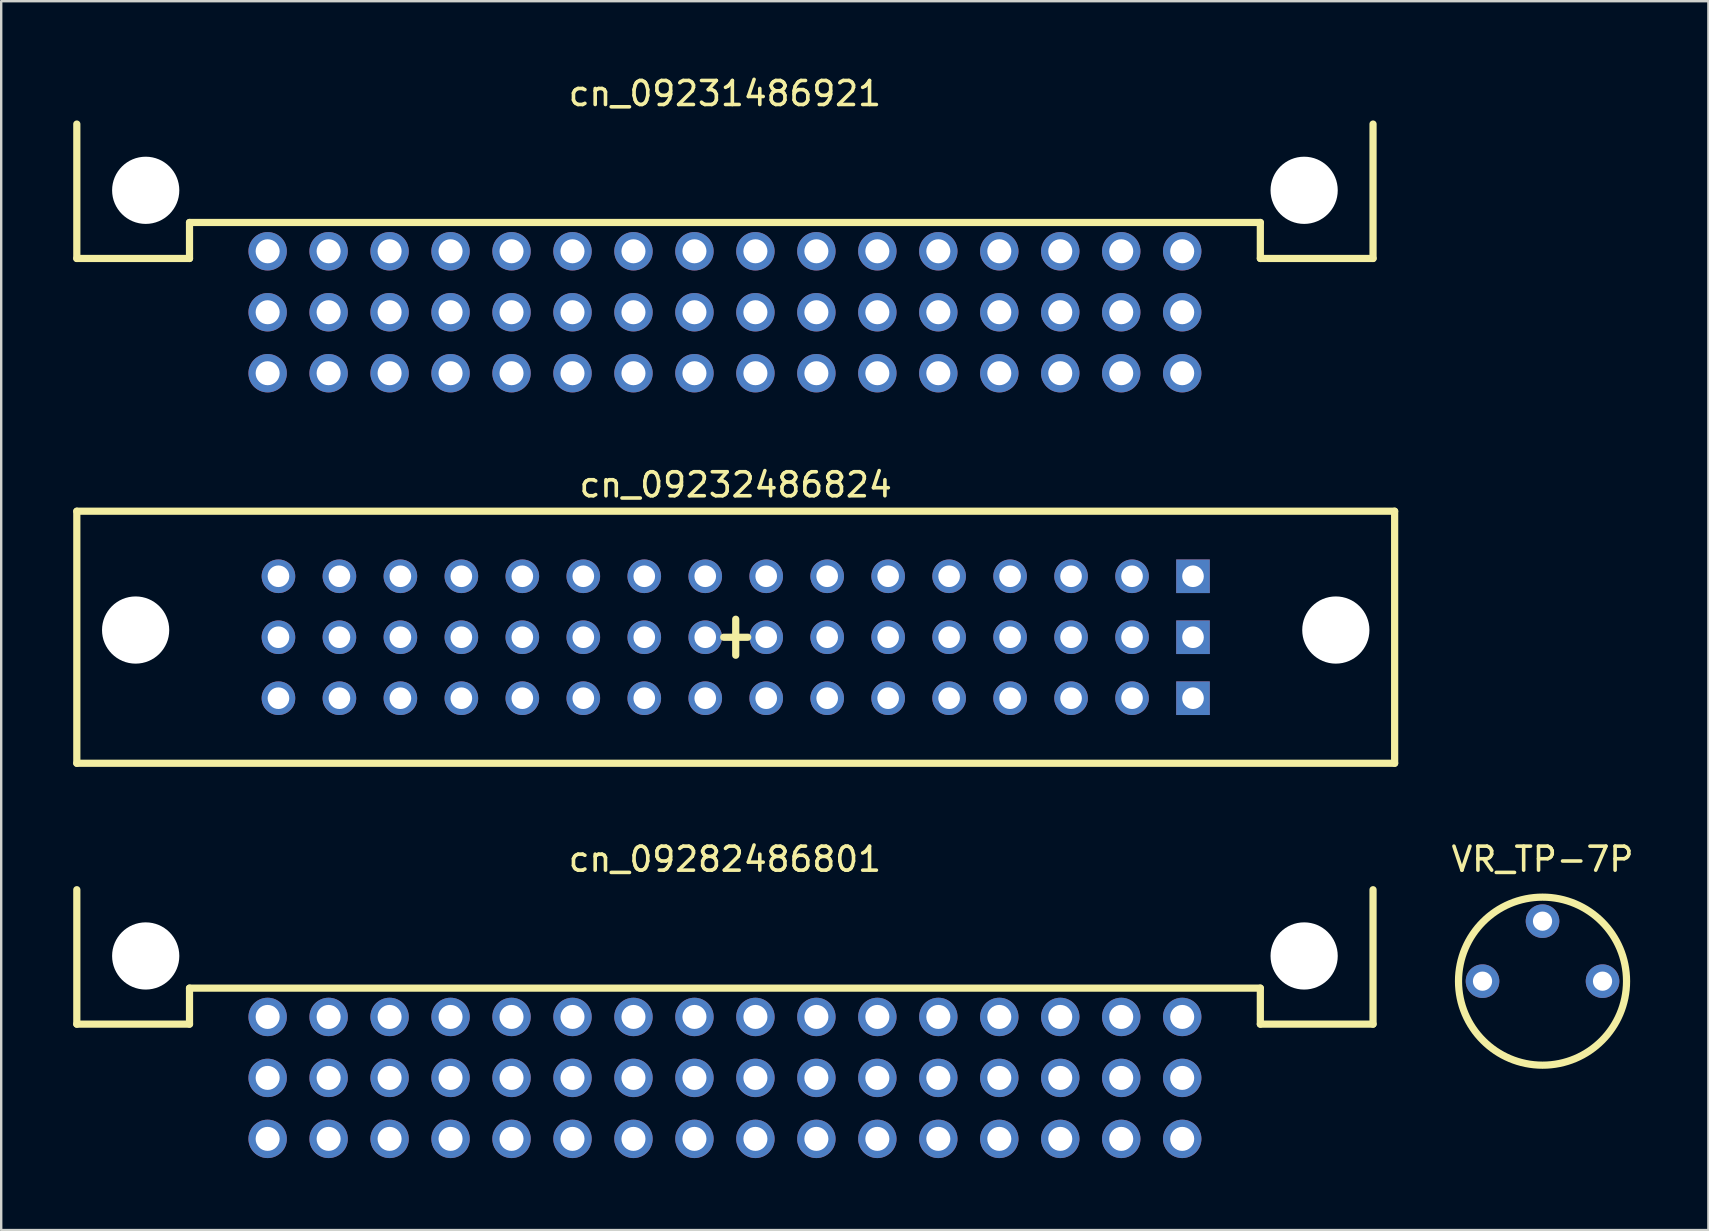
<source format=kicad_pcb>
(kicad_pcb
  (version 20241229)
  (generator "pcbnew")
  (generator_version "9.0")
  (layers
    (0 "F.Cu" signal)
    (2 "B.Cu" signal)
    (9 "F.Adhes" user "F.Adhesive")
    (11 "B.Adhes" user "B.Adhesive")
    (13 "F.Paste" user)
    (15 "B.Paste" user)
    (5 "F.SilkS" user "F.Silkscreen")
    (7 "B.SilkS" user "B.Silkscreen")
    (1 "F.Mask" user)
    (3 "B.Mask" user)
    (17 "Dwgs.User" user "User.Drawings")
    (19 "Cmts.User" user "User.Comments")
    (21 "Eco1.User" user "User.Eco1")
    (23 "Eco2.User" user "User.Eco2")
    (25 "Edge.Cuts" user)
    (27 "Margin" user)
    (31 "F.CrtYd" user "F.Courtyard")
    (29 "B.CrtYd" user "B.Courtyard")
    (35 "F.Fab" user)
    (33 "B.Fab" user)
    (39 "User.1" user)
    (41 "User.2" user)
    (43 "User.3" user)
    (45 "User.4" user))
  (footprint "cn_09282486801"
    (layer "F.Cu")
    (at 27.15 34.015)
    (property "Reference" "cn_09282486801" (at 0 -1.27 0) (layer "F.SilkS") (effects (font (size 1 1) (thickness 0.15))))
    (attr through_hole)
    (fp_line (start -27 5.6) (end -27 0) (stroke (width 0.3) (type solid)) (layer "F.SilkS"))
    (fp_line (start -22.305 4.1) (end -22.305 5.6) (stroke (width 0.3) (type solid)) (layer "F.SilkS"))
    (fp_line (start -22.305 4.1) (end 22.305 4.1) (stroke (width 0.3) (type solid)) (layer "F.SilkS"))
    (fp_line (start -22.305 5.6) (end -27 5.6) (stroke (width 0.3) (type solid)) (layer "F.SilkS"))
    (fp_line (start 22.305 4.1) (end 22.305 5.6) (stroke (width 0.3) (type solid)) (layer "F.SilkS"))
    (fp_line (start 22.305 5.6) (end 27 5.6) (stroke (width 0.3) (type solid)) (layer "F.SilkS"))
    (fp_line (start 27 5.6) (end 27 0) (stroke (width 0.3) (type solid)) (layer "F.SilkS"))
    (pad "" np_thru_hole circle (at -24.13 2.76) (size 2.8 2.8) (drill 2.8) (layers "*.Cu" "*.Mask"))
    (pad "" np_thru_hole circle (at 24.13 2.76) (size 2.8 2.8) (drill 2.8) (layers "*.Cu" "*.Mask"))
    (pad "1A" thru_hole circle (at -19.05 5.3) (size 1.6 1.6) (drill 1) (layers "*.Cu" "*.Mask"))
    (pad "1B" thru_hole circle (at -19.05 7.84) (size 1.6 1.6) (drill 1) (layers "*.Cu" "*.Mask"))
    (pad "1C" thru_hole circle (at -19.05 10.38) (size 1.6 1.6) (drill 1) (layers "*.Cu" "*.Mask"))
    (pad "2A" thru_hole circle (at -16.51 5.3) (size 1.6 1.6) (drill 1) (layers "*.Cu" "*.Mask"))
    (pad "2B" thru_hole circle (at -16.51 7.84) (size 1.6 1.6) (drill 1) (layers "*.Cu" "*.Mask"))
    (pad "2C" thru_hole circle (at -16.51 10.38) (size 1.6 1.6) (drill 1) (layers "*.Cu" "*.Mask"))
    (pad "3A" thru_hole circle (at -13.97 5.3) (size 1.6 1.6) (drill 1) (layers "*.Cu" "*.Mask"))
    (pad "3B" thru_hole circle (at -13.97 7.84) (size 1.6 1.6) (drill 1) (layers "*.Cu" "*.Mask"))
    (pad "3C" thru_hole circle (at -13.97 10.38) (size 1.6 1.6) (drill 1) (layers "*.Cu" "*.Mask"))
    (pad "4A" thru_hole circle (at -11.43 5.3) (size 1.6 1.6) (drill 1) (layers "*.Cu" "*.Mask"))
    (pad "4B" thru_hole circle (at -11.43 7.84) (size 1.6 1.6) (drill 1) (layers "*.Cu" "*.Mask"))
    (pad "4C" thru_hole circle (at -11.43 10.38) (size 1.6 1.6) (drill 1) (layers "*.Cu" "*.Mask"))
    (pad "5A" thru_hole circle (at -8.89 5.3) (size 1.6 1.6) (drill 1) (layers "*.Cu" "*.Mask"))
    (pad "5B" thru_hole circle (at -8.89 7.84) (size 1.6 1.6) (drill 1) (layers "*.Cu" "*.Mask"))
    (pad "5C" thru_hole circle (at -8.89 10.38) (size 1.6 1.6) (drill 1) (layers "*.Cu" "*.Mask"))
    (pad "6A" thru_hole circle (at -6.35 5.3) (size 1.6 1.6) (drill 1) (layers "*.Cu" "*.Mask"))
    (pad "6B" thru_hole circle (at -6.35 7.84) (size 1.6 1.6) (drill 1) (layers "*.Cu" "*.Mask"))
    (pad "6C" thru_hole circle (at -6.35 10.38) (size 1.6 1.6) (drill 1) (layers "*.Cu" "*.Mask"))
    (pad "7A" thru_hole circle (at -3.81 5.3) (size 1.6 1.6) (drill 1) (layers "*.Cu" "*.Mask"))
    (pad "7B" thru_hole circle (at -3.81 7.84) (size 1.6 1.6) (drill 1) (layers "*.Cu" "*.Mask"))
    (pad "7C" thru_hole circle (at -3.81 10.38) (size 1.6 1.6) (drill 1) (layers "*.Cu" "*.Mask"))
    (pad "8A" thru_hole circle (at -1.27 5.3) (size 1.6 1.6) (drill 1) (layers "*.Cu" "*.Mask"))
    (pad "8B" thru_hole circle (at -1.27 7.84) (size 1.6 1.6) (drill 1) (layers "*.Cu" "*.Mask"))
    (pad "8C" thru_hole circle (at -1.27 10.38) (size 1.6 1.6) (drill 1) (layers "*.Cu" "*.Mask"))
    (pad "9A" thru_hole circle (at 1.27 5.3) (size 1.6 1.6) (drill 1) (layers "*.Cu" "*.Mask"))
    (pad "9B" thru_hole circle (at 1.27 7.84) (size 1.6 1.6) (drill 1) (layers "*.Cu" "*.Mask"))
    (pad "9C" thru_hole circle (at 1.27 10.38) (size 1.6 1.6) (drill 1) (layers "*.Cu" "*.Mask"))
    (pad "10A" thru_hole circle (at 3.81 5.3) (size 1.6 1.6) (drill 1) (layers "*.Cu" "*.Mask"))
    (pad "10B" thru_hole circle (at 3.81 7.84) (size 1.6 1.6) (drill 1) (layers "*.Cu" "*.Mask"))
    (pad "10C" thru_hole circle (at 3.81 10.38) (size 1.6 1.6) (drill 1) (layers "*.Cu" "*.Mask"))
    (pad "11A" thru_hole circle (at 6.35 5.3) (size 1.6 1.6) (drill 1) (layers "*.Cu" "*.Mask"))
    (pad "11B" thru_hole circle (at 6.35 7.84) (size 1.6 1.6) (drill 1) (layers "*.Cu" "*.Mask"))
    (pad "11C" thru_hole circle (at 6.35 10.38) (size 1.6 1.6) (drill 1) (layers "*.Cu" "*.Mask"))
    (pad "12A" thru_hole circle (at 8.89 5.3) (size 1.6 1.6) (drill 1) (layers "*.Cu" "*.Mask"))
    (pad "12B" thru_hole circle (at 8.89 7.84) (size 1.6 1.6) (drill 1) (layers "*.Cu" "*.Mask"))
    (pad "12C" thru_hole circle (at 8.89 10.38) (size 1.6 1.6) (drill 1) (layers "*.Cu" "*.Mask"))
    (pad "13A" thru_hole circle (at 11.43 5.3) (size 1.6 1.6) (drill 1) (layers "*.Cu" "*.Mask"))
    (pad "13B" thru_hole circle (at 11.43 7.84) (size 1.6 1.6) (drill 1) (layers "*.Cu" "*.Mask"))
    (pad "13C" thru_hole circle (at 11.43 10.38) (size 1.6 1.6) (drill 1) (layers "*.Cu" "*.Mask"))
    (pad "14A" thru_hole circle (at 13.97 5.3) (size 1.6 1.6) (drill 1) (layers "*.Cu" "*.Mask"))
    (pad "14B" thru_hole circle (at 13.97 7.84) (size 1.6 1.6) (drill 1) (layers "*.Cu" "*.Mask"))
    (pad "14C" thru_hole circle (at 13.97 10.38) (size 1.6 1.6) (drill 1) (layers "*.Cu" "*.Mask"))
    (pad "15A" thru_hole circle (at 16.51 5.3) (size 1.6 1.6) (drill 1) (layers "*.Cu" "*.Mask"))
    (pad "15B" thru_hole circle (at 16.51 7.84) (size 1.6 1.6) (drill 1) (layers "*.Cu" "*.Mask"))
    (pad "15C" thru_hole circle (at 16.51 10.38) (size 1.6 1.6) (drill 1) (layers "*.Cu" "*.Mask"))
    (pad "16A" thru_hole circle (at 19.05 5.3) (size 1.6 1.6) (drill 1) (layers "*.Cu" "*.Mask"))
    (pad "16B" thru_hole circle (at 19.05 7.84) (size 1.6 1.6) (drill 1) (layers "*.Cu" "*.Mask"))
    (pad "16C" thru_hole circle (at 19.05 10.38) (size 1.6 1.6) (drill 1) (layers "*.Cu" "*.Mask")))
  (footprint "cn_09232486824"
    (layer "F.Cu")
    (at 27.6 23.497)
    (property "Reference" "cn_09232486824" (at 0 -6.35 0) (layer "F.SilkS") (effects (font (size 1 1) (thickness 0.15))))
    (attr through_hole)
    (fp_line (start -27.45 -5.25) (end -27.45 5.25) (stroke (width 0.3) (type solid)) (layer "F.SilkS"))
    (fp_line (start -27.45 5.25) (end 27.45 5.25) (stroke (width 0.3) (type solid)) (layer "F.SilkS"))
    (fp_line (start -0.5 0) (end 0.5 0) (stroke (width 0.3) (type solid)) (layer "F.SilkS"))
    (fp_line (start 0 0.75) (end 0 -0.75) (stroke (width 0.3) (type solid)) (layer "F.SilkS"))
    (fp_line (start 27.45 -5.25) (end -27.45 -5.25) (stroke (width 0.3) (type solid)) (layer "F.SilkS"))
    (fp_line (start 27.45 5.25) (end 27.45 -5.25) (stroke (width 0.3) (type solid)) (layer "F.SilkS"))
    (pad "" np_thru_hole circle (at -25 -0.3) (size 2.8 2.8) (drill 2.8) (layers "*.Cu" "*.Mask"))
    (pad "" np_thru_hole circle (at 25 -0.3) (size 2.8 2.8) (drill 2.8) (layers "*.Cu" "*.Mask"))
    (pad "1A" thru_hole rect (at 19.05 -2.54) (size 1.4 1.4) (drill 0.9) (layers "*.Cu" "*.Mask"))
    (pad "1B" thru_hole rect (at 19.05 0) (size 1.4 1.4) (drill 0.9) (layers "*.Cu" "*.Mask"))
    (pad "1C" thru_hole rect (at 19.05 2.54) (size 1.4 1.4) (drill 0.9) (layers "*.Cu" "*.Mask"))
    (pad "2A" thru_hole circle (at 16.51 -2.54) (size 1.4 1.4) (drill 0.9) (layers "*.Cu" "*.Mask"))
    (pad "2B" thru_hole circle (at 16.51 0) (size 1.4 1.4) (drill 0.9) (layers "*.Cu" "*.Mask"))
    (pad "2C" thru_hole circle (at 16.51 2.54) (size 1.4 1.4) (drill 0.9) (layers "*.Cu" "*.Mask"))
    (pad "3A" thru_hole circle (at 13.97 -2.54) (size 1.4 1.4) (drill 0.9) (layers "*.Cu" "*.Mask"))
    (pad "3B" thru_hole circle (at 13.97 0) (size 1.4 1.4) (drill 0.9) (layers "*.Cu" "*.Mask"))
    (pad "3C" thru_hole circle (at 13.97 2.54) (size 1.4 1.4) (drill 0.9) (layers "*.Cu" "*.Mask"))
    (pad "4A" thru_hole circle (at 11.43 -2.54) (size 1.4 1.4) (drill 0.9) (layers "*.Cu" "*.Mask"))
    (pad "4B" thru_hole circle (at 11.43 0) (size 1.4 1.4) (drill 0.9) (layers "*.Cu" "*.Mask"))
    (pad "4C" thru_hole circle (at 11.43 2.54) (size 1.4 1.4) (drill 0.9) (layers "*.Cu" "*.Mask"))
    (pad "5A" thru_hole circle (at 8.89 -2.54) (size 1.4 1.4) (drill 0.9) (layers "*.Cu" "*.Mask"))
    (pad "5B" thru_hole circle (at 8.89 0) (size 1.4 1.4) (drill 0.9) (layers "*.Cu" "*.Mask"))
    (pad "5C" thru_hole circle (at 8.89 2.54) (size 1.4 1.4) (drill 0.9) (layers "*.Cu" "*.Mask"))
    (pad "6A" thru_hole circle (at 6.35 -2.54) (size 1.4 1.4) (drill 0.9) (layers "*.Cu" "*.Mask"))
    (pad "6B" thru_hole circle (at 6.35 0) (size 1.4 1.4) (drill 0.9) (layers "*.Cu" "*.Mask"))
    (pad "6C" thru_hole circle (at 6.35 2.54) (size 1.4 1.4) (drill 0.9) (layers "*.Cu" "*.Mask"))
    (pad "7A" thru_hole circle (at 3.81 -2.54) (size 1.4 1.4) (drill 0.9) (layers "*.Cu" "*.Mask"))
    (pad "7B" thru_hole circle (at 3.81 0) (size 1.4 1.4) (drill 0.9) (layers "*.Cu" "*.Mask"))
    (pad "7C" thru_hole circle (at 3.81 2.54) (size 1.4 1.4) (drill 0.9) (layers "*.Cu" "*.Mask"))
    (pad "8A" thru_hole circle (at 1.27 -2.54) (size 1.4 1.4) (drill 0.9) (layers "*.Cu" "*.Mask"))
    (pad "8B" thru_hole circle (at 1.27 0) (size 1.4 1.4) (drill 0.9) (layers "*.Cu" "*.Mask"))
    (pad "8C" thru_hole circle (at 1.27 2.54) (size 1.4 1.4) (drill 0.9) (layers "*.Cu" "*.Mask"))
    (pad "9A" thru_hole circle (at -1.27 -2.54) (size 1.4 1.4) (drill 0.9) (layers "*.Cu" "*.Mask"))
    (pad "9B" thru_hole circle (at -1.27 0) (size 1.4 1.4) (drill 0.9) (layers "*.Cu" "*.Mask"))
    (pad "9C" thru_hole circle (at -1.27 2.54) (size 1.4 1.4) (drill 0.9) (layers "*.Cu" "*.Mask"))
    (pad "10A" thru_hole circle (at -3.81 -2.54) (size 1.4 1.4) (drill 0.9) (layers "*.Cu" "*.Mask"))
    (pad "10B" thru_hole circle (at -3.81 0) (size 1.4 1.4) (drill 0.9) (layers "*.Cu" "*.Mask"))
    (pad "10C" thru_hole circle (at -3.81 2.54) (size 1.4 1.4) (drill 0.9) (layers "*.Cu" "*.Mask"))
    (pad "11A" thru_hole circle (at -6.35 -2.54) (size 1.4 1.4) (drill 0.9) (layers "*.Cu" "*.Mask"))
    (pad "11B" thru_hole circle (at -6.35 0) (size 1.4 1.4) (drill 0.9) (layers "*.Cu" "*.Mask"))
    (pad "11C" thru_hole circle (at -6.35 2.54) (size 1.4 1.4) (drill 0.9) (layers "*.Cu" "*.Mask"))
    (pad "12A" thru_hole circle (at -8.89 -2.54) (size 1.4 1.4) (drill 0.9) (layers "*.Cu" "*.Mask"))
    (pad "12B" thru_hole circle (at -8.89 0) (size 1.4 1.4) (drill 0.9) (layers "*.Cu" "*.Mask"))
    (pad "12C" thru_hole circle (at -8.89 2.54) (size 1.4 1.4) (drill 0.9) (layers "*.Cu" "*.Mask"))
    (pad "13A" thru_hole circle (at -11.43 -2.54) (size 1.4 1.4) (drill 0.9) (layers "*.Cu" "*.Mask"))
    (pad "13B" thru_hole circle (at -11.43 0) (size 1.4 1.4) (drill 0.9) (layers "*.Cu" "*.Mask"))
    (pad "13C" thru_hole circle (at -11.43 2.54) (size 1.4 1.4) (drill 0.9) (layers "*.Cu" "*.Mask"))
    (pad "14A" thru_hole circle (at -13.97 -2.54) (size 1.4 1.4) (drill 0.9) (layers "*.Cu" "*.Mask"))
    (pad "14B" thru_hole circle (at -13.97 0) (size 1.4 1.4) (drill 0.9) (layers "*.Cu" "*.Mask"))
    (pad "14C" thru_hole circle (at -13.97 2.54) (size 1.4 1.4) (drill 0.9) (layers "*.Cu" "*.Mask"))
    (pad "15A" thru_hole circle (at -16.51 -2.54) (size 1.4 1.4) (drill 0.9) (layers "*.Cu" "*.Mask"))
    (pad "15B" thru_hole circle (at -16.51 0) (size 1.4 1.4) (drill 0.9) (layers "*.Cu" "*.Mask"))
    (pad "15C" thru_hole circle (at -16.51 2.54) (size 1.4 1.4) (drill 0.9) (layers "*.Cu" "*.Mask"))
    (pad "16A" thru_hole circle (at -19.05 -2.54) (size 1.4 1.4) (drill 0.9) (layers "*.Cu" "*.Mask"))
    (pad "16B" thru_hole circle (at -19.05 0) (size 1.4 1.4) (drill 0.9) (layers "*.Cu" "*.Mask"))
    (pad "16C" thru_hole circle (at -19.05 2.54) (size 1.4 1.4) (drill 0.9) (layers "*.Cu" "*.Mask")))
  (footprint "cn_09231486921"
    (layer "F.Cu")
    (at 27.15 2.118)
    (property "Reference" "cn_09231486921" (at 0 -1.27 0) (layer "F.SilkS") (effects (font (size 1 1) (thickness 0.15))))
    (attr through_hole)
    (fp_line (start -27 5.6) (end -27 0) (stroke (width 0.3) (type solid)) (layer "F.SilkS"))
    (fp_line (start -22.305 4.1) (end -22.305 5.6) (stroke (width 0.3) (type solid)) (layer "F.SilkS"))
    (fp_line (start -22.305 4.1) (end 22.305 4.1) (stroke (width 0.3) (type solid)) (layer "F.SilkS"))
    (fp_line (start -22.305 5.6) (end -27 5.6) (stroke (width 0.3) (type solid)) (layer "F.SilkS"))
    (fp_line (start 22.305 4.1) (end 22.305 5.6) (stroke (width 0.3) (type solid)) (layer "F.SilkS"))
    (fp_line (start 22.305 5.6) (end 27 5.6) (stroke (width 0.3) (type solid)) (layer "F.SilkS"))
    (fp_line (start 27 5.6) (end 27 0) (stroke (width 0.3) (type solid)) (layer "F.SilkS"))
    (pad "" np_thru_hole circle (at -24.13 2.76) (size 2.8 2.8) (drill 2.8) (layers "*.Cu" "*.Mask"))
    (pad "" np_thru_hole circle (at 24.13 2.76) (size 2.8 2.8) (drill 2.8) (layers "*.Cu" "*.Mask"))
    (pad "1A" thru_hole circle (at -19.05 5.3) (size 1.6 1.6) (drill 1) (layers "*.Cu" "*.Mask"))
    (pad "1B" thru_hole circle (at -19.05 7.84) (size 1.6 1.6) (drill 1) (layers "*.Cu" "*.Mask"))
    (pad "1C" thru_hole circle (at -19.05 10.38) (size 1.6 1.6) (drill 1) (layers "*.Cu" "*.Mask"))
    (pad "2A" thru_hole circle (at -16.51 5.3) (size 1.6 1.6) (drill 1) (layers "*.Cu" "*.Mask"))
    (pad "2B" thru_hole circle (at -16.51 7.84) (size 1.6 1.6) (drill 1) (layers "*.Cu" "*.Mask"))
    (pad "2C" thru_hole circle (at -16.51 10.38) (size 1.6 1.6) (drill 1) (layers "*.Cu" "*.Mask"))
    (pad "3A" thru_hole circle (at -13.97 5.3) (size 1.6 1.6) (drill 1) (layers "*.Cu" "*.Mask"))
    (pad "3B" thru_hole circle (at -13.97 7.84) (size 1.6 1.6) (drill 1) (layers "*.Cu" "*.Mask"))
    (pad "3C" thru_hole circle (at -13.97 10.38) (size 1.6 1.6) (drill 1) (layers "*.Cu" "*.Mask"))
    (pad "4A" thru_hole circle (at -11.43 5.3) (size 1.6 1.6) (drill 1) (layers "*.Cu" "*.Mask"))
    (pad "4B" thru_hole circle (at -11.43 7.84) (size 1.6 1.6) (drill 1) (layers "*.Cu" "*.Mask"))
    (pad "4C" thru_hole circle (at -11.43 10.38) (size 1.6 1.6) (drill 1) (layers "*.Cu" "*.Mask"))
    (pad "5A" thru_hole circle (at -8.89 5.3) (size 1.6 1.6) (drill 1) (layers "*.Cu" "*.Mask"))
    (pad "5B" thru_hole circle (at -8.89 7.84) (size 1.6 1.6) (drill 1) (layers "*.Cu" "*.Mask"))
    (pad "5C" thru_hole circle (at -8.89 10.38) (size 1.6 1.6) (drill 1) (layers "*.Cu" "*.Mask"))
    (pad "6A" thru_hole circle (at -6.35 5.3) (size 1.6 1.6) (drill 1) (layers "*.Cu" "*.Mask"))
    (pad "6B" thru_hole circle (at -6.35 7.84) (size 1.6 1.6) (drill 1) (layers "*.Cu" "*.Mask"))
    (pad "6C" thru_hole circle (at -6.35 10.38) (size 1.6 1.6) (drill 1) (layers "*.Cu" "*.Mask"))
    (pad "7A" thru_hole circle (at -3.81 5.3) (size 1.6 1.6) (drill 1) (layers "*.Cu" "*.Mask"))
    (pad "7B" thru_hole circle (at -3.81 7.84) (size 1.6 1.6) (drill 1) (layers "*.Cu" "*.Mask"))
    (pad "7C" thru_hole circle (at -3.81 10.38) (size 1.6 1.6) (drill 1) (layers "*.Cu" "*.Mask"))
    (pad "8A" thru_hole circle (at -1.27 5.3) (size 1.6 1.6) (drill 1) (layers "*.Cu" "*.Mask"))
    (pad "8B" thru_hole circle (at -1.27 7.84) (size 1.6 1.6) (drill 1) (layers "*.Cu" "*.Mask"))
    (pad "8C" thru_hole circle (at -1.27 10.38) (size 1.6 1.6) (drill 1) (layers "*.Cu" "*.Mask"))
    (pad "9A" thru_hole circle (at 1.27 5.3) (size 1.6 1.6) (drill 1) (layers "*.Cu" "*.Mask"))
    (pad "9B" thru_hole circle (at 1.27 7.84) (size 1.6 1.6) (drill 1) (layers "*.Cu" "*.Mask"))
    (pad "9C" thru_hole circle (at 1.27 10.38) (size 1.6 1.6) (drill 1) (layers "*.Cu" "*.Mask"))
    (pad "10A" thru_hole circle (at 3.81 5.3) (size 1.6 1.6) (drill 1) (layers "*.Cu" "*.Mask"))
    (pad "10B" thru_hole circle (at 3.81 7.84) (size 1.6 1.6) (drill 1) (layers "*.Cu" "*.Mask"))
    (pad "10C" thru_hole circle (at 3.81 10.38) (size 1.6 1.6) (drill 1) (layers "*.Cu" "*.Mask"))
    (pad "11A" thru_hole circle (at 6.35 5.3) (size 1.6 1.6) (drill 1) (layers "*.Cu" "*.Mask"))
    (pad "11B" thru_hole circle (at 6.35 7.84) (size 1.6 1.6) (drill 1) (layers "*.Cu" "*.Mask"))
    (pad "11C" thru_hole circle (at 6.35 10.38) (size 1.6 1.6) (drill 1) (layers "*.Cu" "*.Mask"))
    (pad "12A" thru_hole circle (at 8.89 5.3) (size 1.6 1.6) (drill 1) (layers "*.Cu" "*.Mask"))
    (pad "12B" thru_hole circle (at 8.89 7.84) (size 1.6 1.6) (drill 1) (layers "*.Cu" "*.Mask"))
    (pad "12C" thru_hole circle (at 8.89 10.38) (size 1.6 1.6) (drill 1) (layers "*.Cu" "*.Mask"))
    (pad "13A" thru_hole circle (at 11.43 5.3) (size 1.6 1.6) (drill 1) (layers "*.Cu" "*.Mask"))
    (pad "13B" thru_hole circle (at 11.43 7.84) (size 1.6 1.6) (drill 1) (layers "*.Cu" "*.Mask"))
    (pad "13C" thru_hole circle (at 11.43 10.38) (size 1.6 1.6) (drill 1) (layers "*.Cu" "*.Mask"))
    (pad "14A" thru_hole circle (at 13.97 5.3) (size 1.6 1.6) (drill 1) (layers "*.Cu" "*.Mask"))
    (pad "14B" thru_hole circle (at 13.97 7.84) (size 1.6 1.6) (drill 1) (layers "*.Cu" "*.Mask"))
    (pad "14C" thru_hole circle (at 13.97 10.38) (size 1.6 1.6) (drill 1) (layers "*.Cu" "*.Mask"))
    (pad "15A" thru_hole circle (at 16.51 5.3) (size 1.6 1.6) (drill 1) (layers "*.Cu" "*.Mask"))
    (pad "15B" thru_hole circle (at 16.51 7.84) (size 1.6 1.6) (drill 1) (layers "*.Cu" "*.Mask"))
    (pad "15C" thru_hole circle (at 16.51 10.38) (size 1.6 1.6) (drill 1) (layers "*.Cu" "*.Mask"))
    (pad "16A" thru_hole circle (at 19.05 5.3) (size 1.6 1.6) (drill 1) (layers "*.Cu" "*.Mask"))
    (pad "16B" thru_hole circle (at 19.05 7.84) (size 1.6 1.6) (drill 1) (layers "*.Cu" "*.Mask"))
    (pad "16C" thru_hole circle (at 19.05 10.38) (size 1.6 1.6) (drill 1) (layers "*.Cu" "*.Mask")))
  (footprint "VR_TP-7P"
    (layer "F.Cu")
    (at 61.211 37.825)
    (property "Reference" "VR_TP-7P" (at 0 -5.08 0) (layer "F.SilkS") (effects (font (size 1 1) (thickness 0.15))))
    (attr through_hole)
    (fp_circle (center 0 0) (end 3.5 0) (stroke (width 0.3) (type solid)) (fill no) (layer "F.SilkS"))
    (pad "1" thru_hole circle (at -2.5 0) (size 1.4 1.4) (drill 0.8) (layers "*.Cu" "*.Mask"))
    (pad "2" thru_hole circle (at 0 -2.5) (size 1.4 1.4) (drill 0.8) (layers "*.Cu" "*.Mask"))
    (pad "3" thru_hole circle (at 2.5 0) (size 1.4 1.4) (drill 0.8) (layers "*.Cu" "*.Mask")))
  (gr_rect
    (start -3 -3)
    (end 68.121 48.195)
    (stroke (width 0.1) (type default))
    (fill no)
    (layer "Edge.Cuts")))
</source>
